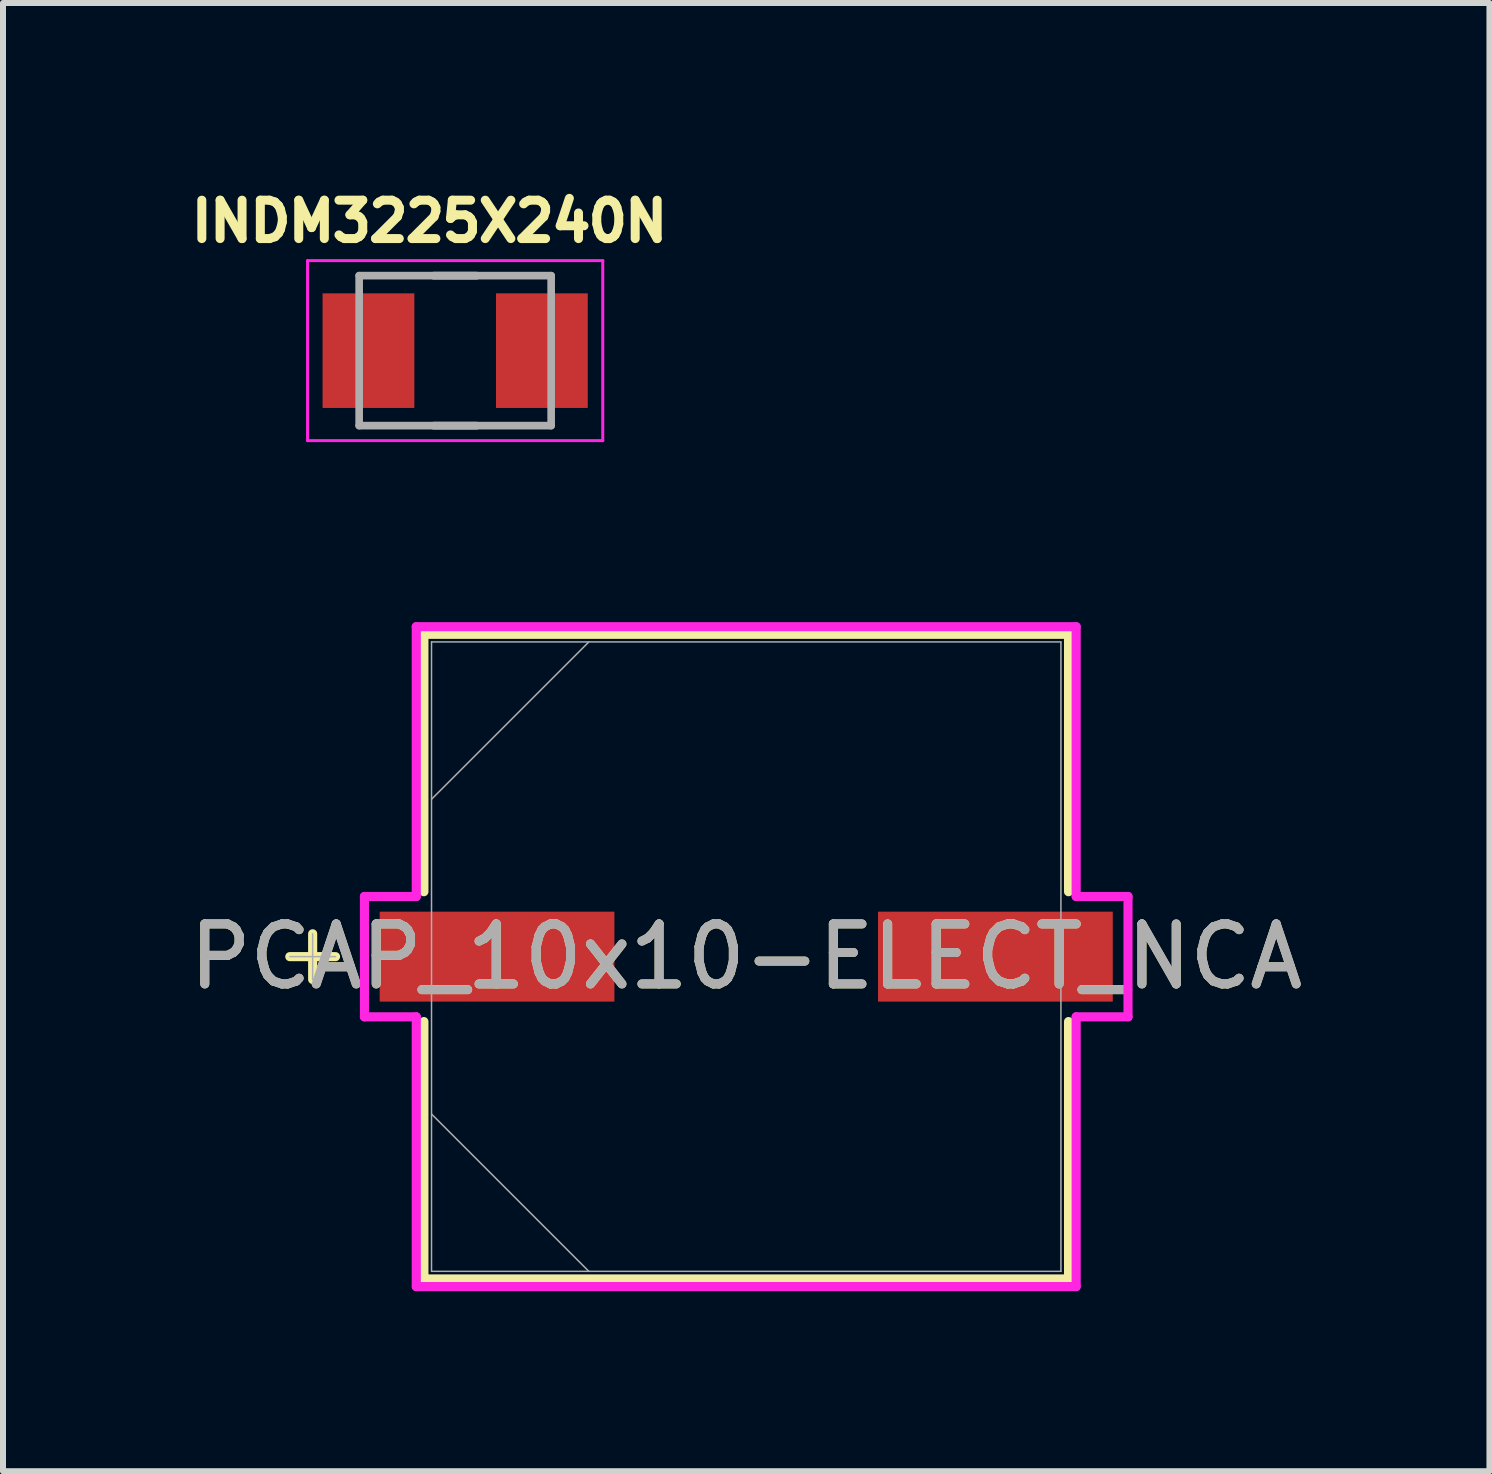
<source format=kicad_pcb>
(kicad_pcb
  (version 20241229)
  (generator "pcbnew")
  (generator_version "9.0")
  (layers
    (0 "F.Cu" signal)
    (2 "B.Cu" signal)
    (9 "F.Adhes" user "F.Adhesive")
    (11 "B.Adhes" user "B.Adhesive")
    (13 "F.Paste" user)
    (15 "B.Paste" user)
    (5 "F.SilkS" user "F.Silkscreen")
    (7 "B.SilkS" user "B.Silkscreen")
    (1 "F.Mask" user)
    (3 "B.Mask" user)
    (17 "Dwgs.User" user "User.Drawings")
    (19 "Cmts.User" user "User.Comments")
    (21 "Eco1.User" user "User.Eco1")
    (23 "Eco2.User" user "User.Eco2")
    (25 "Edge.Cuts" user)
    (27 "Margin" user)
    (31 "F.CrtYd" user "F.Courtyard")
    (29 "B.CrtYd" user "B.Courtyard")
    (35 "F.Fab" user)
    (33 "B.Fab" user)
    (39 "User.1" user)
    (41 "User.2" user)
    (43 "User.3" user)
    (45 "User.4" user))
  (footprint "PCAP_10x10-ELECT_NCA"
    (layer "F.Cu")
    (at 9.387 12.894)
    (property "Reference" "PCAP_10x10-ELECT_NCA" (at 0 0 0) (unlocked yes) (layer "F.SilkS") (effects (font (size 1 1) (thickness 0.15))))
    (attr smd)
    (fp_line (start -7.226 -0.381) (end -7.226 0.381) (stroke (width 0.152) (type solid)) (layer "F.SilkS"))
    (fp_line (start -6.845 0) (end -7.607 0) (stroke (width 0.152) (type solid)) (layer "F.SilkS"))
    (fp_line (start -5.372 -5.372) (end -5.372 -1.082) (stroke (width 0.152) (type solid)) (layer "F.SilkS"))
    (fp_line (start -5.372 1.082) (end -5.372 5.372) (stroke (width 0.152) (type solid)) (layer "F.SilkS"))
    (fp_line (start -5.372 5.372) (end 5.372 5.372) (stroke (width 0.152) (type solid)) (layer "F.SilkS"))
    (fp_line (start 5.372 -5.372) (end -5.372 -5.372) (stroke (width 0.152) (type solid)) (layer "F.SilkS"))
    (fp_line (start 5.372 -1.082) (end 5.372 -5.372) (stroke (width 0.152) (type solid)) (layer "F.SilkS"))
    (fp_line (start 5.372 5.372) (end 5.372 1.082) (stroke (width 0.152) (type solid)) (layer "F.SilkS"))
    (fp_line (start -6.363 -1.003) (end -5.499 -1.003) (stroke (width 0.152) (type solid)) (layer "F.CrtYd"))
    (fp_line (start -6.363 1.003) (end -6.363 -1.003) (stroke (width 0.152) (type solid)) (layer "F.CrtYd"))
    (fp_line (start -5.499 -5.499) (end 5.499 -5.499) (stroke (width 0.152) (type solid)) (layer "F.CrtYd"))
    (fp_line (start -5.499 -1.003) (end -5.499 -5.499) (stroke (width 0.152) (type solid)) (layer "F.CrtYd"))
    (fp_line (start -5.499 1.003) (end -6.363 1.003) (stroke (width 0.152) (type solid)) (layer "F.CrtYd"))
    (fp_line (start -5.499 5.499) (end -5.499 1.003) (stroke (width 0.152) (type solid)) (layer "F.CrtYd"))
    (fp_line (start 5.499 -5.499) (end 5.499 -1.003) (stroke (width 0.152) (type solid)) (layer "F.CrtYd"))
    (fp_line (start 5.499 -1.003) (end 6.363 -1.003) (stroke (width 0.152) (type solid)) (layer "F.CrtYd"))
    (fp_line (start 5.499 1.003) (end 5.499 5.499) (stroke (width 0.152) (type solid)) (layer "F.CrtYd"))
    (fp_line (start 5.499 5.499) (end -5.499 5.499) (stroke (width 0.152) (type solid)) (layer "F.CrtYd"))
    (fp_line (start 6.363 -1.003) (end 6.363 1.003) (stroke (width 0.152) (type solid)) (layer "F.CrtYd"))
    (fp_line (start 6.363 1.003) (end 5.499 1.003) (stroke (width 0.152) (type solid)) (layer "F.CrtYd"))
    (fp_line (start -7.226 -0.381) (end -7.226 0.381) (stroke (width 0.025) (type solid)) (layer "F.Fab"))
    (fp_line (start -6.845 0) (end -7.607 0) (stroke (width 0.025) (type solid)) (layer "F.Fab"))
    (fp_line (start -5.245 -5.245) (end -5.245 5.245) (stroke (width 0.025) (type solid)) (layer "F.Fab"))
    (fp_line (start -5.245 -2.623) (end -2.623 -5.245) (stroke (width 0.025) (type solid)) (layer "F.Fab"))
    (fp_line (start -5.245 2.623) (end -2.623 5.245) (stroke (width 0.025) (type solid)) (layer "F.Fab"))
    (fp_line (start -5.245 5.245) (end 5.245 5.245) (stroke (width 0.025) (type solid)) (layer "F.Fab"))
    (fp_line (start 5.245 -5.245) (end -5.245 -5.245) (stroke (width 0.025) (type solid)) (layer "F.Fab"))
    (fp_line (start 5.245 5.245) (end 5.245 -5.245) (stroke (width 0.025) (type solid)) (layer "F.Fab"))
    (fp_text user "${REFERENCE}" (at 0 0 0) (unlocked yes) (layer "F.Fab") (effects (font (size 1 1) (thickness 0.15))))
    (pad "1" smd rect (at -4.153 0) (size 3.912 1.499) (layers "F.Cu" "F.Mask" "F.Paste"))
    (pad "2" smd rect (at 4.153 0) (size 3.912 1.499) (layers "F.Cu" "F.Mask" "F.Paste"))
    (zone (net_name "") (layer "F.Cu") (hatch full 0.508) (connect_pads) (min_thickness 0.254) (filled_areas_thickness no) (keepout (tracks not_allowed) (vias not_allowed) (pads allowed) (copperpour not_allowed) (footprints allowed)) (placement (enabled no)) (fill) (polygon (pts (xy 4.193 7.7) (xy 14.581 7.7) (xy 14.581 12.094) (xy 4.193 12.094))))
    (zone (net_name "") (layer "F.Cu") (hatch full 0.508) (connect_pads) (min_thickness 0.254) (filled_areas_thickness no) (keepout (tracks not_allowed) (vias not_allowed) (pads allowed) (copperpour not_allowed) (footprints allowed)) (placement (enabled no)) (fill) (polygon (pts (xy 4.193 13.694) (xy 14.581 13.694) (xy 14.581 18.089) (xy 4.193 18.089))))
    (zone (net_name "") (layer "F.Cu") (hatch full 0.508) (connect_pads) (min_thickness 0.254) (filled_areas_thickness no) (keepout (tracks not_allowed) (vias not_allowed) (pads allowed) (copperpour not_allowed) (footprints allowed)) (placement (enabled no)) (fill) (polygon (pts (xy 7.037 12.094) (xy 11.736 12.094) (xy 11.736 13.694) (xy 7.037 13.694)))))
  (footprint "INDM3225X240N"
    (layer "F.Cu")
    (at 4.536 2.794)
    (property "Reference" "INDM3225X240N" (at -0.428 -2.156 0) (layer "F.SilkS") (effects (font (size 0.64 0.64) (thickness 0.15))))
    (attr smd)
    (fp_line (start -0.36 -1.25) (end 0.36 -1.25) (stroke (width 0.127) (type solid)) (layer "F.SilkS"))
    (fp_line (start -0.36 1.25) (end 0.36 1.25) (stroke (width 0.127) (type solid)) (layer "F.SilkS"))
    (fp_line (start -2.46 -1.5) (end -2.46 1.5) (stroke (width 0.05) (type solid)) (layer "F.CrtYd"))
    (fp_line (start -2.46 1.5) (end 2.46 1.5) (stroke (width 0.05) (type solid)) (layer "F.CrtYd"))
    (fp_line (start 2.46 -1.5) (end -2.46 -1.5) (stroke (width 0.05) (type solid)) (layer "F.CrtYd"))
    (fp_line (start 2.46 1.5) (end 2.46 -1.5) (stroke (width 0.05) (type solid)) (layer "F.CrtYd"))
    (fp_line (start -1.6 -1.25) (end -1.6 1.25) (stroke (width 0.127) (type solid)) (layer "F.Fab"))
    (fp_line (start -1.6 -1.25) (end 1.6 -1.25) (stroke (width 0.127) (type solid)) (layer "F.Fab"))
    (fp_line (start -1.6 1.25) (end 1.6 1.25) (stroke (width 0.127) (type solid)) (layer "F.Fab"))
    (fp_line (start 1.6 -1.25) (end 1.6 1.25) (stroke (width 0.127) (type solid)) (layer "F.Fab"))
    (pad "1" smd rect (at -1.445 0) (size 1.53 1.91) (layers "F.Cu" "F.Mask" "F.Paste"))
    (pad "2" smd rect (at 1.445 0) (size 1.53 1.91) (layers "F.Cu" "F.Mask" "F.Paste")))
  (gr_rect
    (start -3 -3)
    (end 21.774 21.47)
    (stroke (width 0.1) (type default))
    (fill no)
    (layer "Edge.Cuts")))
</source>
